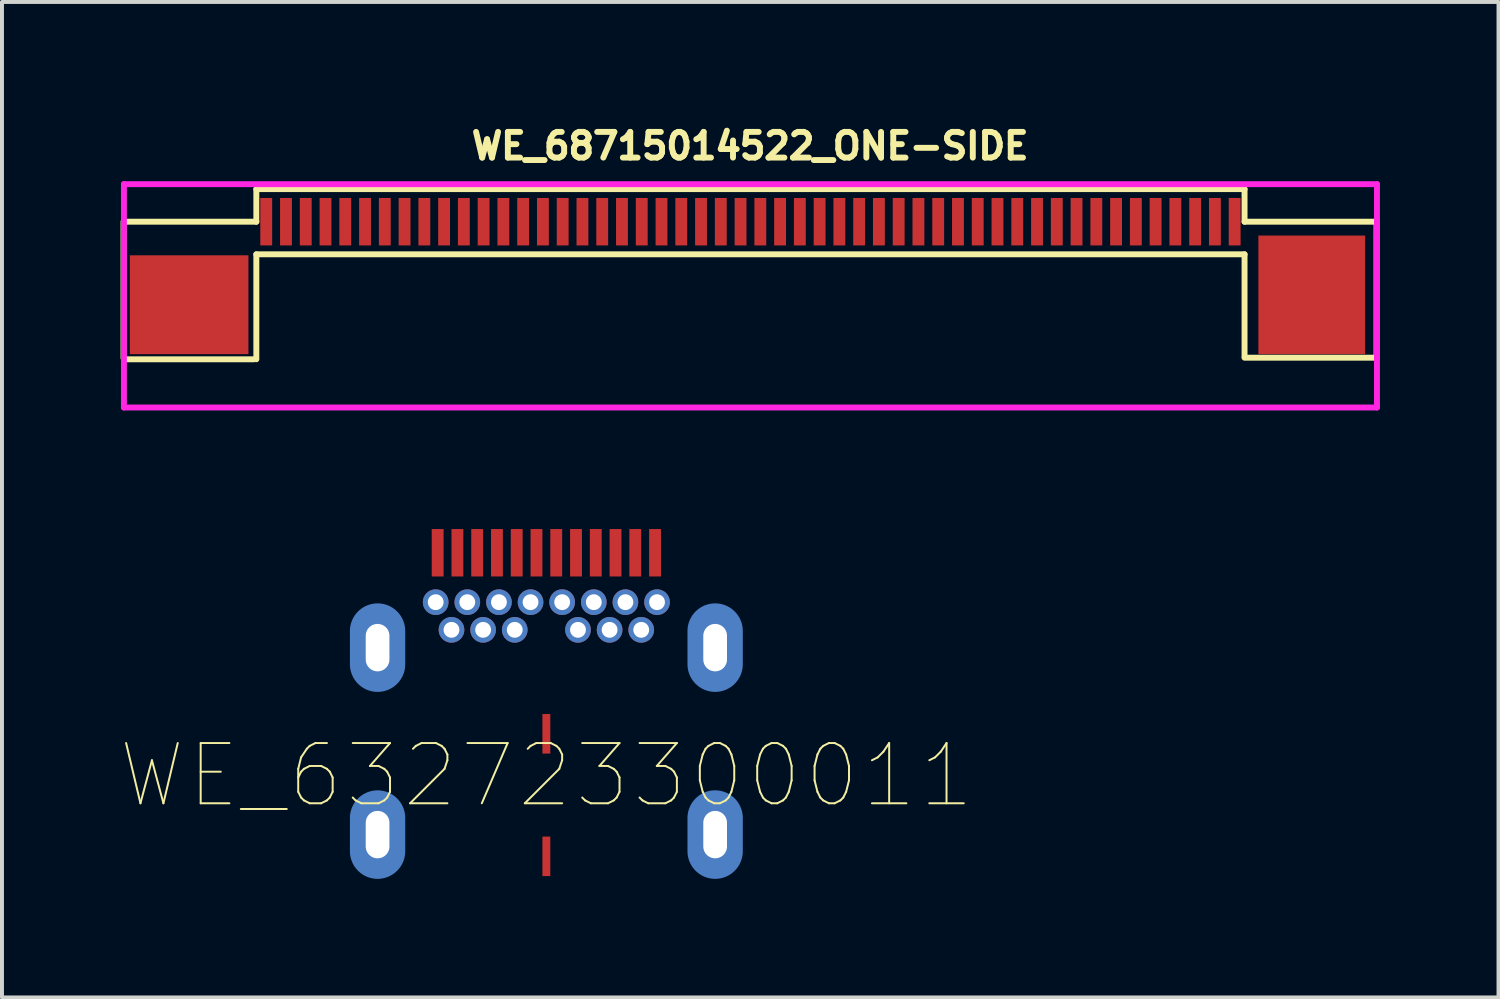
<source format=kicad_pcb>
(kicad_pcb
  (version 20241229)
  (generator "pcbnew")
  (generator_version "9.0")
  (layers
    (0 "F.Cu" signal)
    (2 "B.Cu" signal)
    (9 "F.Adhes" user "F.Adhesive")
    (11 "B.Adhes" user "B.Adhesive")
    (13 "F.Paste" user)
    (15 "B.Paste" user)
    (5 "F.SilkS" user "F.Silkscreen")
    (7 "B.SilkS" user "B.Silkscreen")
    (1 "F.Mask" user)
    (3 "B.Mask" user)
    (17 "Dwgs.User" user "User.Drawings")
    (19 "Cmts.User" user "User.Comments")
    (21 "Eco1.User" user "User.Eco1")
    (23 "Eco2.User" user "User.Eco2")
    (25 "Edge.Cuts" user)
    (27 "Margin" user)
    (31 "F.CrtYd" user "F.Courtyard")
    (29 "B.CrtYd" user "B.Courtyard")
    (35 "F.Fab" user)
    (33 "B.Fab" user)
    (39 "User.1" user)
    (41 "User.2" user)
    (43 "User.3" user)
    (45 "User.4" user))
  (footprint "WE_68715014522_ONE-SIDE"
    (layer "F.Cu")
    (at 15.935 1.959)
    (property "Reference" "WE_68715014522_ONE-SIDE" (at -0.008 -1.315 180) (layer "F.SilkS") (effects (font (size 0.65 0.65) (thickness 0.15))))
    (attr smd)
    (fp_line (start -15.86 4.05) (end -15.86 0.6) (stroke (width 0.15) (type solid)) (layer "F.SilkS"))
    (fp_line (start -15.83 0.6) (end -12.5 0.6) (stroke (width 0.15) (type solid)) (layer "F.SilkS"))
    (fp_line (start -12.56 4.08) (end -15.84 4.08) (stroke (width 0.15) (type solid)) (layer "F.SilkS"))
    (fp_line (start -12.5 -0.225) (end 12.5 -0.225) (stroke (width 0.15) (type solid)) (layer "F.SilkS"))
    (fp_line (start -12.5 0.6) (end -12.5 -0.225) (stroke (width 0.15) (type solid)) (layer "F.SilkS"))
    (fp_line (start -12.5 1.425) (end -12.5 4.08) (stroke (width 0.15) (type solid)) (layer "F.SilkS"))
    (fp_line (start -12.5 1.425) (end 12.5 1.425) (stroke (width 0.15) (type solid)) (layer "F.SilkS"))
    (fp_line (start 12.5 0.6) (end 12.5 -0.225) (stroke (width 0.15) (type solid)) (layer "F.SilkS"))
    (fp_line (start 12.5 1.425) (end 12.5 4.01) (stroke (width 0.15) (type solid)) (layer "F.SilkS"))
    (fp_line (start 12.5 4.04) (end 15.84 4.04) (stroke (width 0.15) (type solid)) (layer "F.SilkS"))
    (fp_line (start 15.81 0.6) (end 12.5 0.6) (stroke (width 0.15) (type solid)) (layer "F.SilkS"))
    (fp_line (start 15.84 4.04) (end 15.84 0.6) (stroke (width 0.15) (type solid)) (layer "F.SilkS"))
    (fp_line (start -15.85 -0.35) (end -15.85 5.3) (stroke (width 0.15) (type solid)) (layer "F.CrtYd"))
    (fp_line (start -15.85 5.3) (end 15.85 5.3) (stroke (width 0.15) (type solid)) (layer "F.CrtYd"))
    (fp_line (start 15.85 -0.35) (end -15.85 -0.35) (stroke (width 0.15) (type solid)) (layer "F.CrtYd"))
    (fp_line (start 15.85 5.3) (end 15.85 -0.35) (stroke (width 0.15) (type solid)) (layer "F.CrtYd"))
    (pad "1" smd rect (at -12.25 0.6) (size 0.3 1.2) (layers "F.Cu" "F.Mask" "F.Paste"))
    (pad "2" smd rect (at -11.75 0.6) (size 0.3 1.2) (layers "F.Cu" "F.Mask" "F.Paste"))
    (pad "3" smd rect (at -11.25 0.6) (size 0.3 1.2) (layers "F.Cu" "F.Mask" "F.Paste"))
    (pad "4" smd rect (at -10.75 0.6) (size 0.3 1.2) (layers "F.Cu" "F.Mask" "F.Paste"))
    (pad "5" smd rect (at -10.25 0.6) (size 0.3 1.2) (layers "F.Cu" "F.Mask" "F.Paste"))
    (pad "6" smd rect (at -9.75 0.6) (size 0.3 1.2) (layers "F.Cu" "F.Mask" "F.Paste"))
    (pad "7" smd rect (at -9.25 0.6) (size 0.3 1.2) (layers "F.Cu" "F.Mask" "F.Paste"))
    (pad "8" smd rect (at -8.75 0.6) (size 0.3 1.2) (layers "F.Cu" "F.Mask" "F.Paste"))
    (pad "9" smd rect (at -8.25 0.6) (size 0.3 1.2) (layers "F.Cu" "F.Mask" "F.Paste"))
    (pad "10" smd rect (at -7.75 0.6) (size 0.3 1.2) (layers "F.Cu" "F.Mask" "F.Paste"))
    (pad "11" smd rect (at -7.25 0.6) (size 0.3 1.2) (layers "F.Cu" "F.Mask" "F.Paste"))
    (pad "12" smd rect (at -6.75 0.6) (size 0.3 1.2) (layers "F.Cu" "F.Mask" "F.Paste"))
    (pad "13" smd rect (at -6.25 0.6) (size 0.3 1.2) (layers "F.Cu" "F.Mask" "F.Paste"))
    (pad "14" smd rect (at -5.75 0.6) (size 0.3 1.2) (layers "F.Cu" "F.Mask" "F.Paste"))
    (pad "15" smd rect (at -5.25 0.6) (size 0.3 1.2) (layers "F.Cu" "F.Mask" "F.Paste"))
    (pad "16" smd rect (at -4.75 0.6) (size 0.3 1.2) (layers "F.Cu" "F.Mask" "F.Paste"))
    (pad "17" smd rect (at -4.25 0.6) (size 0.3 1.2) (layers "F.Cu" "F.Mask" "F.Paste"))
    (pad "18" smd rect (at -3.75 0.6) (size 0.3 1.2) (layers "F.Cu" "F.Mask" "F.Paste"))
    (pad "19" smd rect (at -3.25 0.6) (size 0.3 1.2) (layers "F.Cu" "F.Mask" "F.Paste"))
    (pad "20" smd rect (at -2.75 0.6) (size 0.3 1.2) (layers "F.Cu" "F.Mask" "F.Paste"))
    (pad "21" smd rect (at -2.25 0.6) (size 0.3 1.2) (layers "F.Cu" "F.Mask" "F.Paste"))
    (pad "22" smd rect (at -1.75 0.6) (size 0.3 1.2) (layers "F.Cu" "F.Mask" "F.Paste"))
    (pad "23" smd rect (at -1.25 0.6) (size 0.3 1.2) (layers "F.Cu" "F.Mask" "F.Paste"))
    (pad "24" smd rect (at -0.75 0.6) (size 0.3 1.2) (layers "F.Cu" "F.Mask" "F.Paste"))
    (pad "25" smd rect (at -0.25 0.6) (size 0.3 1.2) (layers "F.Cu" "F.Mask" "F.Paste"))
    (pad "26" smd rect (at 0.25 0.6) (size 0.3 1.2) (layers "F.Cu" "F.Mask" "F.Paste"))
    (pad "27" smd rect (at 0.75 0.6) (size 0.3 1.2) (layers "F.Cu" "F.Mask" "F.Paste"))
    (pad "28" smd rect (at 1.25 0.6) (size 0.3 1.2) (layers "F.Cu" "F.Mask" "F.Paste"))
    (pad "29" smd rect (at 1.75 0.6) (size 0.3 1.2) (layers "F.Cu" "F.Mask" "F.Paste"))
    (pad "30" smd rect (at 2.25 0.6) (size 0.3 1.2) (layers "F.Cu" "F.Mask" "F.Paste"))
    (pad "31" smd rect (at 2.75 0.6) (size 0.3 1.2) (layers "F.Cu" "F.Mask" "F.Paste"))
    (pad "32" smd rect (at 3.25 0.6) (size 0.3 1.2) (layers "F.Cu" "F.Mask" "F.Paste"))
    (pad "33" smd rect (at 3.75 0.6) (size 0.3 1.2) (layers "F.Cu" "F.Mask" "F.Paste"))
    (pad "34" smd rect (at 4.25 0.6) (size 0.3 1.2) (layers "F.Cu" "F.Mask" "F.Paste"))
    (pad "35" smd rect (at 4.75 0.6) (size 0.3 1.2) (layers "F.Cu" "F.Mask" "F.Paste"))
    (pad "36" smd rect (at 5.25 0.6) (size 0.3 1.2) (layers "F.Cu" "F.Mask" "F.Paste"))
    (pad "37" smd rect (at 5.75 0.6) (size 0.3 1.2) (layers "F.Cu" "F.Mask" "F.Paste"))
    (pad "38" smd rect (at 6.25 0.6) (size 0.3 1.2) (layers "F.Cu" "F.Mask" "F.Paste"))
    (pad "39" smd rect (at 6.75 0.6) (size 0.3 1.2) (layers "F.Cu" "F.Mask" "F.Paste"))
    (pad "40" smd rect (at 7.25 0.6) (size 0.3 1.2) (layers "F.Cu" "F.Mask" "F.Paste"))
    (pad "41" smd rect (at 7.75 0.6) (size 0.3 1.2) (layers "F.Cu" "F.Mask" "F.Paste"))
    (pad "42" smd rect (at 8.25 0.6) (size 0.3 1.2) (layers "F.Cu" "F.Mask" "F.Paste"))
    (pad "43" smd rect (at 8.75 0.6) (size 0.3 1.2) (layers "F.Cu" "F.Mask" "F.Paste"))
    (pad "44" smd rect (at 9.25 0.6) (size 0.3 1.2) (layers "F.Cu" "F.Mask" "F.Paste"))
    (pad "45" smd rect (at 9.75 0.6) (size 0.3 1.2) (layers "F.Cu" "F.Mask" "F.Paste"))
    (pad "46" smd rect (at 10.25 0.6) (size 0.3 1.2) (layers "F.Cu" "F.Mask" "F.Paste"))
    (pad "47" smd rect (at 10.75 0.6) (size 0.3 1.2) (layers "F.Cu" "F.Mask" "F.Paste"))
    (pad "48" smd rect (at 11.25 0.6) (size 0.3 1.2) (layers "F.Cu" "F.Mask" "F.Paste"))
    (pad "49" smd rect (at 11.75 0.6) (size 0.3 1.2) (layers "F.Cu" "F.Mask" "F.Paste"))
    (pad "50" smd rect (at 12.25 0.6) (size 0.3 1.2) (layers "F.Cu" "F.Mask" "F.Paste"))
    (pad "~" smd rect (at -14.2 2.7) (size 3 2.5) (layers "F.Cu" "F.Mask" "F.Paste"))
    (pad "~" smd rect (at 14.2 2.45) (size 2.7 3) (layers "F.Cu" "F.Mask" "F.Paste")))
  (footprint "WE_632723300011"
    (layer "F.Cu")
    (at 10.772 16.569)
    (property "Reference" "WE_632723300011" (at 0 0 0) (layer "F.SilkS") (effects (font (size 1.524 1.524) (thickness 0.05))))
    (attr smd)
    (pad "" smd rect (at -0.00008 -1.055) (size 0.2 1) (layers "F.Cu" "F.Mask" "F.Paste"))
    (pad "" smd rect (at -0.00008 2.045) (size 0.2 1) (layers "F.Cu" "F.Mask" "F.Paste"))
    (pad "A1" smd rect (at -2.75 -5.635) (size 0.3 1.2) (layers "F.Cu" "F.Mask" "F.Paste"))
    (pad "A2" smd rect (at -2.25 -5.635) (size 0.3 1.2) (layers "F.Cu" "F.Mask" "F.Paste"))
    (pad "A3" smd rect (at -1.75 -5.635) (size 0.3 1.2) (layers "F.Cu" "F.Mask" "F.Paste"))
    (pad "A4" smd rect (at -1.25 -5.635) (size 0.3 1.2) (layers "F.Cu" "F.Mask" "F.Paste"))
    (pad "A5" smd rect (at -0.75 -5.635) (size 0.3 1.2) (layers "F.Cu" "F.Mask" "F.Paste"))
    (pad "A6" smd rect (at -0.25 -5.635) (size 0.3 1.2) (layers "F.Cu" "F.Mask" "F.Paste"))
    (pad "A7" smd rect (at 0.25 -5.635) (size 0.3 1.2) (layers "F.Cu" "F.Mask" "F.Paste"))
    (pad "A8" smd rect (at 0.75 -5.635) (size 0.3 1.2) (layers "F.Cu" "F.Mask" "F.Paste"))
    (pad "A9" smd rect (at 1.25 -5.635) (size 0.3 1.2) (layers "F.Cu" "F.Mask" "F.Paste"))
    (pad "A10" smd rect (at 1.75 -5.635) (size 0.3 1.2) (layers "F.Cu" "F.Mask" "F.Paste"))
    (pad "A11" smd rect (at 2.25 -5.635) (size 0.3 1.2) (layers "F.Cu" "F.Mask" "F.Paste"))
    (pad "A12" smd rect (at 2.75 -5.635) (size 0.3 1.2) (layers "F.Cu" "F.Mask" "F.Paste"))
    (pad "B1" thru_hole circle (at 2.8 -4.385) (size 0.65 0.65) (drill 0.4) (layers "*.Cu" "*.Mask"))
    (pad "B2" thru_hole circle (at 2.4 -3.685) (size 0.65 0.65) (drill 0.4) (layers "*.Cu" "*.Mask"))
    (pad "B3" thru_hole circle (at 1.6 -3.685) (size 0.65 0.65) (drill 0.4) (layers "*.Cu" "*.Mask"))
    (pad "B4" thru_hole circle (at 1.2 -4.385) (size 0.65 0.65) (drill 0.4) (layers "*.Cu" "*.Mask"))
    (pad "B5" thru_hole circle (at 0.8 -3.685) (size 0.65 0.65) (drill 0.4) (layers "*.Cu" "*.Mask"))
    (pad "B6" thru_hole circle (at 0.4 -4.385) (size 0.65 0.65) (drill 0.4) (layers "*.Cu" "*.Mask"))
    (pad "B7" thru_hole circle (at -0.4 -4.385) (size 0.65 0.65) (drill 0.4) (layers "*.Cu" "*.Mask"))
    (pad "B8" thru_hole circle (at -0.8 -3.685) (size 0.65 0.65) (drill 0.4) (layers "*.Cu" "*.Mask"))
    (pad "B9" thru_hole circle (at -1.2 -4.385) (size 0.65 0.65) (drill 0.4) (layers "*.Cu" "*.Mask"))
    (pad "B10" thru_hole circle (at -1.6 -3.685) (size 0.65 0.65) (drill 0.4) (layers "*.Cu" "*.Mask"))
    (pad "B11" thru_hole circle (at -2.4 -3.685) (size 0.65 0.65) (drill 0.4) (layers "*.Cu" "*.Mask"))
    (pad "B12" thru_hole circle (at -2.8 -4.385) (size 0.65 0.65) (drill 0.4) (layers "*.Cu" "*.Mask"))
    (pad "Shell" thru_hole oval (at -4.27 -3.235) (size 1 1.6) (drill oval 0.6 1.2) (layers "*.Cu" "*.Mask"))
    (pad "Shell" smd oval (at -4.27 -3.235) (size 1.4 2.24) (layers "B.Cu" "B.Mask"))
    (pad "Shell" thru_hole oval (at -4.27 1.495) (size 1 1.6) (drill oval 0.6 1.2) (layers "*.Cu" "*.Mask"))
    (pad "Shell" smd oval (at -4.27 1.495) (size 1.4 2.24) (layers "B.Cu" "B.Mask"))
    (pad "Shell" thru_hole circle (at -2 -4.385) (size 0.65 0.65) (drill 0.4) (layers "*.Cu" "*.Mask"))
    (pad "Shell" thru_hole circle (at 2 -4.385) (size 0.65 0.65) (drill 0.4) (layers "*.Cu" "*.Mask"))
    (pad "Shell" thru_hole oval (at 4.27 -3.235) (size 1 1.6) (drill oval 0.6 1.2) (layers "*.Cu" "*.Mask"))
    (pad "Shell" smd oval (at 4.27 -3.235) (size 1.4 2.24) (layers "B.Cu" "B.Mask"))
    (pad "Shell" thru_hole oval (at 4.27 1.495) (size 1 1.6) (drill oval 0.6 1.2) (layers "*.Cu" "*.Mask"))
    (pad "Shell" smd oval (at 4.27 1.495) (size 1.4 2.24) (layers "B.Cu" "B.Mask")))
  (gr_rect
    (start -3 -3)
    (end 34.86 22.184)
    (stroke (width 0.1) (type default))
    (fill no)
    (layer "Edge.Cuts")))
</source>
